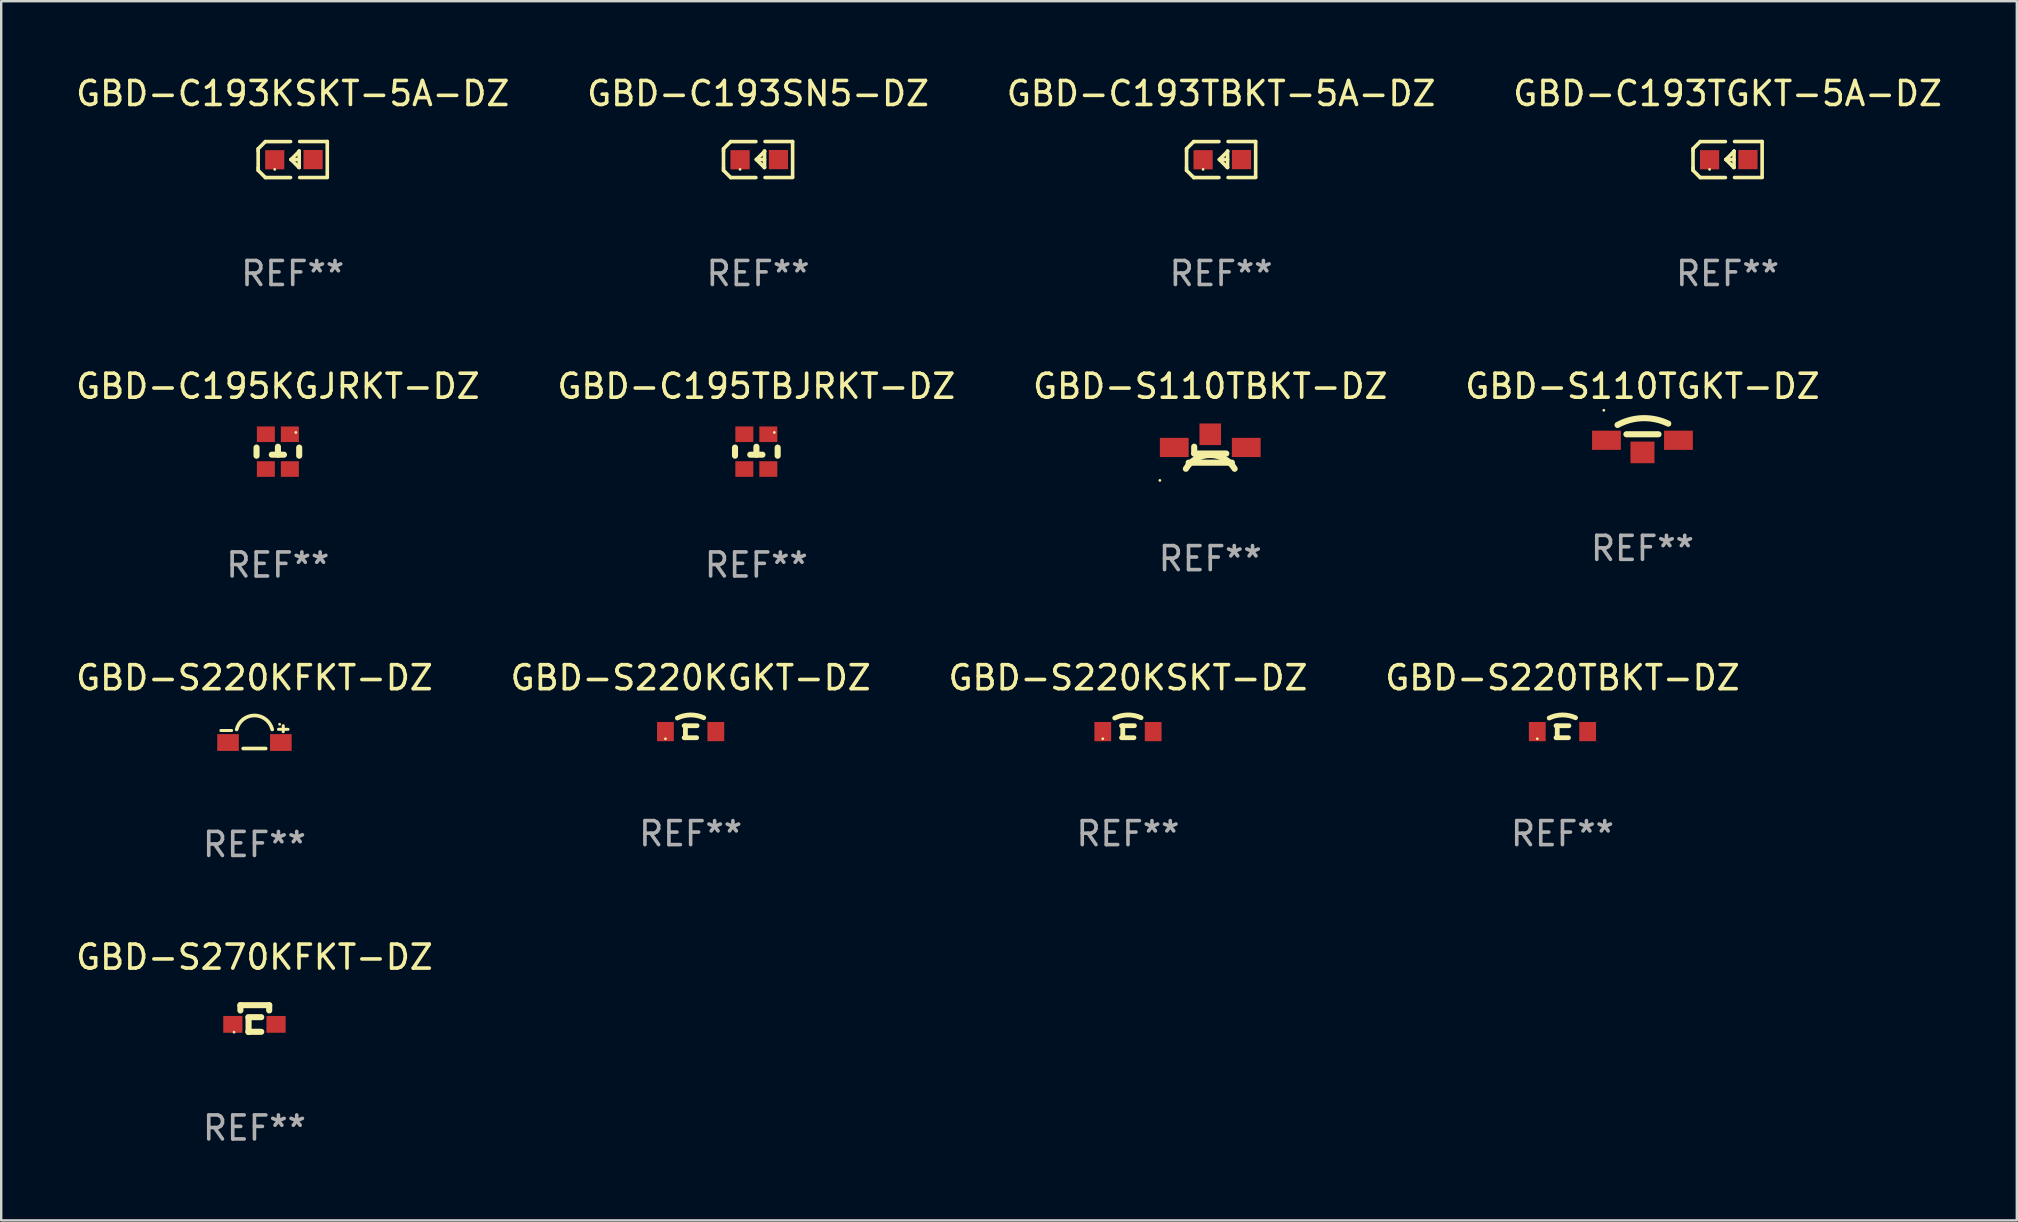
<source format=kicad_pcb>
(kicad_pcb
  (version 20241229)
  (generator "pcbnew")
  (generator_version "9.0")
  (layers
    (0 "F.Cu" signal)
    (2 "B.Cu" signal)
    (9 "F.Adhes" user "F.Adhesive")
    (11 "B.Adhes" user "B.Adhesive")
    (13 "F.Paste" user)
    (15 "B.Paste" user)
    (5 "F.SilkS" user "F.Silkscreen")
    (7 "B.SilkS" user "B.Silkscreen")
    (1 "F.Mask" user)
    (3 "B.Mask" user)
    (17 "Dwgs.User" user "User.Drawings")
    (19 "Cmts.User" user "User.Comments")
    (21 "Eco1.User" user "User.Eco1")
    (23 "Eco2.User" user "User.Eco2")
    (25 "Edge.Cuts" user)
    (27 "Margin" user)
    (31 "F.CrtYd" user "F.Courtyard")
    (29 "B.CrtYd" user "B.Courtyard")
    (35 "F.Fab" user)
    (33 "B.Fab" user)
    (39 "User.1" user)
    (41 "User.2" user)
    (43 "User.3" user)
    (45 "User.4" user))
  (footprint "GBD-S220TBKT-DZ"
    (layer "F.Cu")
    (at 62.065 27.444)
    (property "Reference" "GBD-S220TBKT-DZ" (at 0 -2.25 0) (layer "F.SilkS") (effects (font (size 1 1) (thickness 0.15))))
    (attr through_hole)
    (fp_line (start -0.269 -0.25) (end 0.269 -0.25) (stroke (width 0.2) (type solid)) (layer "F.SilkS"))
    (fp_line (start -0.269 0.25) (end 0.25 0.25) (stroke (width 0.2) (type solid)) (layer "F.SilkS"))
    (fp_line (start -0.217 -0.25) (end -0.217 0.25) (stroke (width 0.2) (type solid)) (layer "F.SilkS"))
    (fp_arc (start -0.552223 -0.57065) (mid -0.004732 -0.699117) (end 0.545364 -0.58231) (stroke (width 0.2) (type solid)) (layer "F.SilkS"))
    (fp_circle (center -1.05 0.295) (end -1.02 0.295) (stroke (width 0.06) (type solid)) (fill no) (layer "F.SilkS"))
    (fp_text user "REF**" (at 0 4.25 0) (layer "F.Fab") (effects (font (size 1 1) (thickness 0.15))))
    (pad "1" smd rect (at -1.05 -0.005 180) (size 0.7 0.8) (layers "F.Cu" "F.Mask" "F.Paste"))
    (pad "2" smd rect (at 1.05 -0.005 180) (size 0.7 0.8) (layers "F.Cu" "F.Mask" "F.Paste")))
  (footprint "GBD-C195TBJRKT-DZ"
    (layer "F.Cu")
    (at 28.47 15.772)
    (property "Reference" "GBD-C195TBJRKT-DZ" (at 0 -2.725 0) (layer "F.SilkS") (effects (font (size 1 1) (thickness 0.15))))
    (attr through_hole)
    (fp_line (start -0.889 -0.169) (end -0.889 0.169) (stroke (width 0.254) (type solid)) (layer "F.SilkS"))
    (fp_line (start -0.254 0.127) (end 0.254 0.127) (stroke (width 0.254) (type solid)) (layer "F.SilkS"))
    (fp_line (start 0.003 0.127) (end 0.003 -0.204) (stroke (width 0.254) (type solid)) (layer "F.SilkS"))
    (fp_line (start 0.889 -0.169) (end 0.889 0.169) (stroke (width 0.254) (type solid)) (layer "F.SilkS"))
    (fp_circle (center 0.75 -0.8) (end 0.78 -0.8) (stroke (width 0.06) (type solid)) (fill no) (layer "F.SilkS"))
    (fp_text user "REF**" (at 0 4.725 0) (layer "F.Fab") (effects (font (size 1 1) (thickness 0.15))))
    (pad "1" smd rect (at 0.5 -0.725) (size 0.75 0.65) (layers "F.Cu" "F.Mask" "F.Paste"))
    (pad "2" smd rect (at 0.5 0.725) (size 0.75 0.65) (layers "F.Cu" "F.Mask" "F.Paste"))
    (pad "3" smd rect (at -0.5 0.725) (size 0.75 0.65) (layers "F.Cu" "F.Mask" "F.Paste"))
    (pad "4" smd rect (at -0.5 -0.725) (size 0.75 0.65) (layers "F.Cu" "F.Mask" "F.Paste")))
  (footprint "GBD-S110TGKT-DZ"
    (layer "F.Cu")
    (at 65.399 15.426)
    (property "Reference" "GBD-S110TGKT-DZ" (at 0 -2.378 0) (layer "F.SilkS") (effects (font (size 1 1) (thickness 0.15))))
    (attr through_hole)
    (fp_line (start -0.669 -0.378) (end 0.669 -0.378) (stroke (width 0.254) (type solid)) (layer "F.SilkS"))
    (fp_arc (start -1.038303 -0.766193) (mid 0.011713 -1.048844) (end 1.075084 -0.821539) (stroke (width 0.254001) (type solid)) (layer "F.SilkS"))
    (fp_circle (center -1.61 -1.378) (end -1.58 -1.378) (stroke (width 0.06) (type solid)) (fill no) (layer "F.SilkS"))
    (fp_text user "REF**" (at 0 4.378 0) (layer "F.Fab") (effects (font (size 1 1) (thickness 0.15))))
    (pad "1" smd rect (at -1.5 -0.128 90) (size 0.8 1.2) (layers "F.Cu" "F.Mask" "F.Paste"))
    (pad "2" smd rect (at 1.5 -0.128 90) (size 0.8 1.2) (layers "F.Cu" "F.Mask" "F.Paste"))
    (pad "3" smd rect (at 0.000127 0.378 180) (size 1 0.9) (layers "F.Cu" "F.Mask" "F.Paste")))
  (footprint "GBD-C195KGJRKT-DZ"
    (layer "F.Cu")
    (at 8.53 15.772)
    (property "Reference" "GBD-C195KGJRKT-DZ" (at 0 -2.725 0) (layer "F.SilkS") (effects (font (size 1 1) (thickness 0.15))))
    (attr through_hole)
    (fp_line (start -0.889 -0.169) (end -0.889 0.169) (stroke (width 0.254) (type solid)) (layer "F.SilkS"))
    (fp_line (start -0.254 0.127) (end 0.254 0.127) (stroke (width 0.254) (type solid)) (layer "F.SilkS"))
    (fp_line (start 0.003 0.127) (end 0.003 -0.204) (stroke (width 0.254) (type solid)) (layer "F.SilkS"))
    (fp_line (start 0.889 -0.169) (end 0.889 0.169) (stroke (width 0.254) (type solid)) (layer "F.SilkS"))
    (fp_circle (center 0.75 -0.8) (end 0.78 -0.8) (stroke (width 0.06) (type solid)) (fill no) (layer "F.SilkS"))
    (fp_text user "REF**" (at 0 4.725 0) (layer "F.Fab") (effects (font (size 1 1) (thickness 0.15))))
    (pad "1" smd rect (at 0.5 -0.725) (size 0.75 0.65) (layers "F.Cu" "F.Mask" "F.Paste"))
    (pad "2" smd rect (at 0.5 0.725) (size 0.75 0.65) (layers "F.Cu" "F.Mask" "F.Paste"))
    (pad "3" smd rect (at -0.5 0.725) (size 0.75 0.65) (layers "F.Cu" "F.Mask" "F.Paste"))
    (pad "4" smd rect (at -0.5 -0.725) (size 0.75 0.65) (layers "F.Cu" "F.Mask" "F.Paste")))
  (footprint "GBD-C193KSKT-5A-DZ"
    (layer "F.Cu")
    (at 9.149 3.599)
    (property "Reference" "GBD-C193KSKT-5A-DZ" (at 0 -2.751 0) (layer "F.SilkS") (effects (font (size 1 1) (thickness 0.15))))
    (attr through_hole)
    (fp_line (start -1.44 -0.449) (end -1.14 -0.749) (stroke (width 0.15) (type solid)) (layer "F.SilkS"))
    (fp_line (start -1.44 -0.349) (end -1.44 -0.449) (stroke (width 0.15) (type solid)) (layer "F.SilkS"))
    (fp_line (start -1.44 -0.349) (end -1.44 0.351) (stroke (width 0.15) (type solid)) (layer "F.SilkS"))
    (fp_line (start -1.44 0.351) (end -1.44 0.451) (stroke (width 0.15) (type solid)) (layer "F.SilkS"))
    (fp_line (start -1.44 0.451) (end -1.14 0.751) (stroke (width 0.15) (type solid)) (layer "F.SilkS"))
    (fp_line (start -0.09 -0.749) (end -1.14 -0.749) (stroke (width 0.15) (type solid)) (layer "F.SilkS"))
    (fp_line (start -0.09 0.751) (end -1.14 0.751) (stroke (width 0.15) (type solid)) (layer "F.SilkS"))
    (fp_line (start 0.26 0.329) (end -0.07 -0.001) (stroke (width 0.15) (type solid)) (layer "F.SilkS"))
    (fp_line (start 0.27 -0.351) (end 0.27 -0.341) (stroke (width 0.15) (type solid)) (layer "F.SilkS"))
    (fp_line (start 0.27 -0.351) (end 0.27 0.329) (stroke (width 0.15) (type solid)) (layer "F.SilkS"))
    (fp_line (start 0.27 -0.341) (end -0.07 -0.001) (stroke (width 0.15) (type solid)) (layer "F.SilkS"))
    (fp_line (start 0.27 -0.001) (end -0.07 -0.001) (stroke (width 0.15) (type solid)) (layer "F.SilkS"))
    (fp_line (start 0.27 0.329) (end 0.26 0.329) (stroke (width 0.15) (type solid)) (layer "F.SilkS"))
    (fp_line (start 0.29 -0.751) (end 1.44 -0.751) (stroke (width 0.15) (type solid)) (layer "F.SilkS"))
    (fp_line (start 0.29 0.749) (end 1.44 0.749) (stroke (width 0.15) (type solid)) (layer "F.SilkS"))
    (fp_line (start 1.44 -0.751) (end 1.44 0.729) (stroke (width 0.15) (type solid)) (layer "F.SilkS"))
    (fp_circle (center -0.75 0.409) (end -0.72 0.409) (stroke (width 0.06) (type solid)) (fill no) (layer "F.SilkS"))
    (fp_text user "REF**" (at 0 4.751 0) (layer "F.Fab") (effects (font (size 1 1) (thickness 0.15))))
    (pad "1" smd rect (at -0.75 0.009 90) (size 0.8 0.8) (layers "F.Cu" "F.Mask" "F.Paste"))
    (pad "2" smd rect (at 0.849 0.002 90) (size 0.8 0.8) (layers "F.Cu" "F.Mask" "F.Paste")))
  (footprint "GBD-S110TBKT-DZ"
    (layer "F.Cu")
    (at 47.387 15.64)
    (property "Reference" "GBD-S110TBKT-DZ" (at 0 -2.592 0) (layer "F.SilkS") (effects (font (size 1 1) (thickness 0.15))))
    (attr through_hole)
    (fp_line (start -0.669 0.211) (end -0.669 -0.074) (stroke (width 0.254) (type solid)) (layer "F.SilkS"))
    (fp_line (start 0.669 0.211) (end -0.669 0.211) (stroke (width 0.254) (type solid)) (layer "F.SilkS"))
    (fp_line (start 0.903 0.592) (end -0.903 0.592) (stroke (width 0.254) (type solid)) (layer "F.SilkS"))
    (fp_arc (start -1.015978 0.846483) (mid 0.000024 0.270528) (end 1.016027 0.846482) (stroke (width 0.254001) (type solid)) (layer "F.SilkS"))
    (fp_circle (center -2.1 1.331) (end -2.07 1.331) (stroke (width 0.06) (type solid)) (fill no) (layer "F.SilkS"))
    (fp_text user "REF**" (at 0 4.592 0) (layer "F.Fab") (effects (font (size 1 1) (thickness 0.15))))
    (pad "1" smd rect (at -1.5 -0.043 270) (size 0.8 1.2) (layers "F.Cu" "F.Mask" "F.Paste"))
    (pad "2" smd rect (at 1.5 -0.043 270) (size 0.8 1.2) (layers "F.Cu" "F.Mask" "F.Paste"))
    (pad "3" smd rect (at 0.000127 -0.592) (size 0.9 0.9) (layers "F.Cu" "F.Mask" "F.Paste")))
  (footprint "GBD-S270KFKT-DZ"
    (layer "F.Cu")
    (at 7.554 39.4)
    (property "Reference" "GBD-S270KFKT-DZ" (at 0 -2.56 0) (layer "F.SilkS") (effects (font (size 1 1) (thickness 0.15))))
    (attr through_hole)
    (fp_line (start -0.585 -0.56) (end -0.585 -0.341) (stroke (width 0.254) (type solid)) (layer "F.SilkS"))
    (fp_line (start -0.585 -0.56) (end 0.615 -0.56) (stroke (width 0.254) (type solid)) (layer "F.SilkS"))
    (fp_line (start -0.254 0.55) (end 0.284 0.55) (stroke (width 0.254) (type solid)) (layer "F.SilkS"))
    (fp_line (start -0.245 0.56) (end -0.245 -0.039) (stroke (width 0.254) (type solid)) (layer "F.SilkS"))
    (fp_line (start 0.284 -0.06) (end -0.254 -0.06) (stroke (width 0.254) (type solid)) (layer "F.SilkS"))
    (fp_line (start 0.615 -0.56) (end 0.615 -0.341) (stroke (width 0.254) (type solid)) (layer "F.SilkS"))
    (fp_circle (center -0.85 0.565) (end -0.82 0.565) (stroke (width 0.06) (type solid)) (fill no) (layer "F.SilkS"))
    (fp_text user "REF**" (at 0 4.56 0) (layer "F.Fab") (effects (font (size 1 1) (thickness 0.15))))
    (pad "1" smd rect (at -0.9 0.24) (size 0.8 0.7) (layers "F.Cu" "F.Mask" "F.Paste"))
    (pad "2" smd rect (at 0.9 0.24) (size 0.8 0.7) (layers "F.Cu" "F.Mask" "F.Paste")))
  (footprint "GBD-C193SN5-DZ"
    (layer "F.Cu")
    (at 28.542 3.599)
    (property "Reference" "GBD-C193SN5-DZ" (at 0 -2.751 0) (layer "F.SilkS") (effects (font (size 1 1) (thickness 0.15))))
    (attr through_hole)
    (fp_line (start -1.44 -0.449) (end -1.14 -0.749) (stroke (width 0.15) (type solid)) (layer "F.SilkS"))
    (fp_line (start -1.44 -0.349) (end -1.44 -0.449) (stroke (width 0.15) (type solid)) (layer "F.SilkS"))
    (fp_line (start -1.44 -0.349) (end -1.44 0.351) (stroke (width 0.15) (type solid)) (layer "F.SilkS"))
    (fp_line (start -1.44 0.351) (end -1.44 0.451) (stroke (width 0.15) (type solid)) (layer "F.SilkS"))
    (fp_line (start -1.44 0.451) (end -1.14 0.751) (stroke (width 0.15) (type solid)) (layer "F.SilkS"))
    (fp_line (start -0.09 -0.749) (end -1.14 -0.749) (stroke (width 0.15) (type solid)) (layer "F.SilkS"))
    (fp_line (start -0.09 0.751) (end -1.14 0.751) (stroke (width 0.15) (type solid)) (layer "F.SilkS"))
    (fp_line (start 0.26 0.329) (end -0.07 -0.001) (stroke (width 0.15) (type solid)) (layer "F.SilkS"))
    (fp_line (start 0.27 -0.351) (end 0.27 -0.341) (stroke (width 0.15) (type solid)) (layer "F.SilkS"))
    (fp_line (start 0.27 -0.351) (end 0.27 0.329) (stroke (width 0.15) (type solid)) (layer "F.SilkS"))
    (fp_line (start 0.27 -0.341) (end -0.07 -0.001) (stroke (width 0.15) (type solid)) (layer "F.SilkS"))
    (fp_line (start 0.27 -0.001) (end -0.07 -0.001) (stroke (width 0.15) (type solid)) (layer "F.SilkS"))
    (fp_line (start 0.27 0.329) (end 0.26 0.329) (stroke (width 0.15) (type solid)) (layer "F.SilkS"))
    (fp_line (start 0.29 -0.751) (end 1.44 -0.751) (stroke (width 0.15) (type solid)) (layer "F.SilkS"))
    (fp_line (start 0.29 0.749) (end 1.44 0.749) (stroke (width 0.15) (type solid)) (layer "F.SilkS"))
    (fp_line (start 1.44 -0.751) (end 1.44 0.729) (stroke (width 0.15) (type solid)) (layer "F.SilkS"))
    (fp_circle (center -0.75 0.409) (end -0.72 0.409) (stroke (width 0.06) (type solid)) (fill no) (layer "F.SilkS"))
    (fp_text user "REF**" (at 0 4.751 0) (layer "F.Fab") (effects (font (size 1 1) (thickness 0.15))))
    (pad "1" smd rect (at -0.75 0.009 90) (size 0.8 0.8) (layers "F.Cu" "F.Mask" "F.Paste"))
    (pad "2" smd rect (at 0.849 0.002 90) (size 0.8 0.8) (layers "F.Cu" "F.Mask" "F.Paste")))
  (footprint "GBD-S220KGKT-DZ"
    (layer "F.Cu")
    (at 25.732 27.444)
    (property "Reference" "GBD-S220KGKT-DZ" (at 0 -2.25 0) (layer "F.SilkS") (effects (font (size 1 1) (thickness 0.15))))
    (attr through_hole)
    (fp_line (start -0.269 -0.25) (end 0.269 -0.25) (stroke (width 0.2) (type solid)) (layer "F.SilkS"))
    (fp_line (start -0.269 0.25) (end 0.25 0.25) (stroke (width 0.2) (type solid)) (layer "F.SilkS"))
    (fp_line (start -0.217 -0.25) (end -0.217 0.25) (stroke (width 0.2) (type solid)) (layer "F.SilkS"))
    (fp_arc (start -0.552223 -0.57065) (mid -0.004732 -0.699117) (end 0.545364 -0.58231) (stroke (width 0.2) (type solid)) (layer "F.SilkS"))
    (fp_circle (center -1.05 0.295) (end -1.02 0.295) (stroke (width 0.06) (type solid)) (fill no) (layer "F.SilkS"))
    (fp_text user "REF**" (at 0 4.25 0) (layer "F.Fab") (effects (font (size 1 1) (thickness 0.15))))
    (pad "1" smd rect (at -1.05 -0.005 180) (size 0.7 0.8) (layers "F.Cu" "F.Mask" "F.Paste"))
    (pad "2" smd rect (at 1.05 -0.005 180) (size 0.7 0.8) (layers "F.Cu" "F.Mask" "F.Paste")))
  (footprint "GBD-C193TGKT-5A-DZ"
    (layer "F.Cu")
    (at 68.946 3.599)
    (property "Reference" "GBD-C193TGKT-5A-DZ" (at 0 -2.751 0) (layer "F.SilkS") (effects (font (size 1 1) (thickness 0.15))))
    (attr through_hole)
    (fp_line (start -1.44 -0.449) (end -1.14 -0.749) (stroke (width 0.15) (type solid)) (layer "F.SilkS"))
    (fp_line (start -1.44 -0.349) (end -1.44 -0.449) (stroke (width 0.15) (type solid)) (layer "F.SilkS"))
    (fp_line (start -1.44 -0.349) (end -1.44 0.351) (stroke (width 0.15) (type solid)) (layer "F.SilkS"))
    (fp_line (start -1.44 0.351) (end -1.44 0.451) (stroke (width 0.15) (type solid)) (layer "F.SilkS"))
    (fp_line (start -1.44 0.451) (end -1.14 0.751) (stroke (width 0.15) (type solid)) (layer "F.SilkS"))
    (fp_line (start -0.09 -0.749) (end -1.14 -0.749) (stroke (width 0.15) (type solid)) (layer "F.SilkS"))
    (fp_line (start -0.09 0.751) (end -1.14 0.751) (stroke (width 0.15) (type solid)) (layer "F.SilkS"))
    (fp_line (start 0.26 0.329) (end -0.07 -0.001) (stroke (width 0.15) (type solid)) (layer "F.SilkS"))
    (fp_line (start 0.27 -0.351) (end 0.27 -0.341) (stroke (width 0.15) (type solid)) (layer "F.SilkS"))
    (fp_line (start 0.27 -0.351) (end 0.27 0.329) (stroke (width 0.15) (type solid)) (layer "F.SilkS"))
    (fp_line (start 0.27 -0.341) (end -0.07 -0.001) (stroke (width 0.15) (type solid)) (layer "F.SilkS"))
    (fp_line (start 0.27 -0.001) (end -0.07 -0.001) (stroke (width 0.15) (type solid)) (layer "F.SilkS"))
    (fp_line (start 0.27 0.329) (end 0.26 0.329) (stroke (width 0.15) (type solid)) (layer "F.SilkS"))
    (fp_line (start 0.29 -0.751) (end 1.44 -0.751) (stroke (width 0.15) (type solid)) (layer "F.SilkS"))
    (fp_line (start 0.29 0.749) (end 1.44 0.749) (stroke (width 0.15) (type solid)) (layer "F.SilkS"))
    (fp_line (start 1.44 -0.751) (end 1.44 0.729) (stroke (width 0.15) (type solid)) (layer "F.SilkS"))
    (fp_circle (center -0.75 0.409) (end -0.72 0.409) (stroke (width 0.06) (type solid)) (fill no) (layer "F.SilkS"))
    (fp_text user "REF**" (at 0 4.751 0) (layer "F.Fab") (effects (font (size 1 1) (thickness 0.15))))
    (pad "1" smd rect (at -0.75 0.009 90) (size 0.8 0.8) (layers "F.Cu" "F.Mask" "F.Paste"))
    (pad "2" smd rect (at 0.849 0.002 90) (size 0.8 0.8) (layers "F.Cu" "F.Mask" "F.Paste")))
  (footprint "GBD-C193TBKT-5A-DZ"
    (layer "F.Cu")
    (at 47.839 3.599)
    (property "Reference" "GBD-C193TBKT-5A-DZ" (at 0 -2.751 0) (layer "F.SilkS") (effects (font (size 1 1) (thickness 0.15))))
    (attr through_hole)
    (fp_line (start -1.44 -0.449) (end -1.14 -0.749) (stroke (width 0.15) (type solid)) (layer "F.SilkS"))
    (fp_line (start -1.44 -0.349) (end -1.44 -0.449) (stroke (width 0.15) (type solid)) (layer "F.SilkS"))
    (fp_line (start -1.44 -0.349) (end -1.44 0.351) (stroke (width 0.15) (type solid)) (layer "F.SilkS"))
    (fp_line (start -1.44 0.351) (end -1.44 0.451) (stroke (width 0.15) (type solid)) (layer "F.SilkS"))
    (fp_line (start -1.44 0.451) (end -1.14 0.751) (stroke (width 0.15) (type solid)) (layer "F.SilkS"))
    (fp_line (start -0.09 -0.749) (end -1.14 -0.749) (stroke (width 0.15) (type solid)) (layer "F.SilkS"))
    (fp_line (start -0.09 0.751) (end -1.14 0.751) (stroke (width 0.15) (type solid)) (layer "F.SilkS"))
    (fp_line (start 0.26 0.329) (end -0.07 -0.001) (stroke (width 0.15) (type solid)) (layer "F.SilkS"))
    (fp_line (start 0.27 -0.351) (end 0.27 -0.341) (stroke (width 0.15) (type solid)) (layer "F.SilkS"))
    (fp_line (start 0.27 -0.351) (end 0.27 0.329) (stroke (width 0.15) (type solid)) (layer "F.SilkS"))
    (fp_line (start 0.27 -0.341) (end -0.07 -0.001) (stroke (width 0.15) (type solid)) (layer "F.SilkS"))
    (fp_line (start 0.27 -0.001) (end -0.07 -0.001) (stroke (width 0.15) (type solid)) (layer "F.SilkS"))
    (fp_line (start 0.27 0.329) (end 0.26 0.329) (stroke (width 0.15) (type solid)) (layer "F.SilkS"))
    (fp_line (start 0.29 -0.751) (end 1.44 -0.751) (stroke (width 0.15) (type solid)) (layer "F.SilkS"))
    (fp_line (start 0.29 0.749) (end 1.44 0.749) (stroke (width 0.15) (type solid)) (layer "F.SilkS"))
    (fp_line (start 1.44 -0.751) (end 1.44 0.729) (stroke (width 0.15) (type solid)) (layer "F.SilkS"))
    (fp_circle (center -0.75 0.409) (end -0.72 0.409) (stroke (width 0.06) (type solid)) (fill no) (layer "F.SilkS"))
    (fp_text user "REF**" (at 0 4.751 0) (layer "F.Fab") (effects (font (size 1 1) (thickness 0.15))))
    (pad "1" smd rect (at -0.75 0.009 90) (size 0.8 0.8) (layers "F.Cu" "F.Mask" "F.Paste"))
    (pad "2" smd rect (at 0.849 0.002 90) (size 0.8 0.8) (layers "F.Cu" "F.Mask" "F.Paste")))
  (footprint "GBD-S220KFKT-DZ"
    (layer "F.Cu")
    (at 7.554 27.669)
    (property "Reference" "GBD-S220KFKT-DZ" (at 0 -2.475 0) (layer "F.SilkS") (effects (font (size 1 1) (thickness 0.15))))
    (attr through_hole)
    (fp_line (start -1.4 -0.275) (end -0.95 -0.275) (stroke (width 0.125) (type solid)) (layer "F.SilkS"))
    (fp_line (start -0.47 0.475) (end 0.47 0.475) (stroke (width 0.152) (type solid)) (layer "F.SilkS"))
    (fp_line (start 1 -0.325) (end 1.4 -0.325) (stroke (width 0.125) (type solid)) (layer "F.SilkS"))
    (fp_line (start 1.2 -0.475) (end 1.2 -0.225) (stroke (width 0.125) (type solid)) (layer "F.SilkS"))
    (fp_arc (start -0.74125 -0.318618) (mid 0.000025 -0.902982) (end 0.7413 -0.318618) (stroke (width 0.151994) (type solid)) (layer "F.SilkS"))
    (fp_circle (center 1.05 -0.535) (end 1.08 -0.535) (stroke (width 0.06) (type solid)) (fill no) (layer "F.SilkS"))
    (fp_text user "REF**" (at 0 4.475 0) (layer "F.Fab") (effects (font (size 1 1) (thickness 0.15))))
    (pad "1" smd rect (at 1.1 0.225) (size 0.9 0.7) (layers "F.Cu" "F.Mask" "F.Paste"))
    (pad "2" smd rect (at -1.1 0.225) (size 0.9 0.7) (layers "F.Cu" "F.Mask" "F.Paste")))
  (footprint "GBD-S220KSKT-DZ"
    (layer "F.Cu")
    (at 43.958 27.444)
    (property "Reference" "GBD-S220KSKT-DZ" (at 0 -2.25 0) (layer "F.SilkS") (effects (font (size 1 1) (thickness 0.15))))
    (attr through_hole)
    (fp_line (start -0.269 -0.25) (end 0.269 -0.25) (stroke (width 0.2) (type solid)) (layer "F.SilkS"))
    (fp_line (start -0.269 0.25) (end 0.25 0.25) (stroke (width 0.2) (type solid)) (layer "F.SilkS"))
    (fp_line (start -0.217 -0.25) (end -0.217 0.25) (stroke (width 0.2) (type solid)) (layer "F.SilkS"))
    (fp_arc (start -0.552223 -0.57065) (mid -0.004732 -0.699117) (end 0.545364 -0.58231) (stroke (width 0.2) (type solid)) (layer "F.SilkS"))
    (fp_circle (center -1.05 0.295) (end -1.02 0.295) (stroke (width 0.06) (type solid)) (fill no) (layer "F.SilkS"))
    (fp_text user "REF**" (at 0 4.25 0) (layer "F.Fab") (effects (font (size 1 1) (thickness 0.15))))
    (pad "1" smd rect (at -1.05 -0.005 180) (size 0.7 0.8) (layers "F.Cu" "F.Mask" "F.Paste"))
    (pad "2" smd rect (at 1.05 -0.005 180) (size 0.7 0.8) (layers "F.Cu" "F.Mask" "F.Paste")))
  (gr_rect
    (start -3 -3)
    (end 81 47.809)
    (stroke (width 0.1) (type default))
    (fill no)
    (layer "Edge.Cuts")))
</source>
